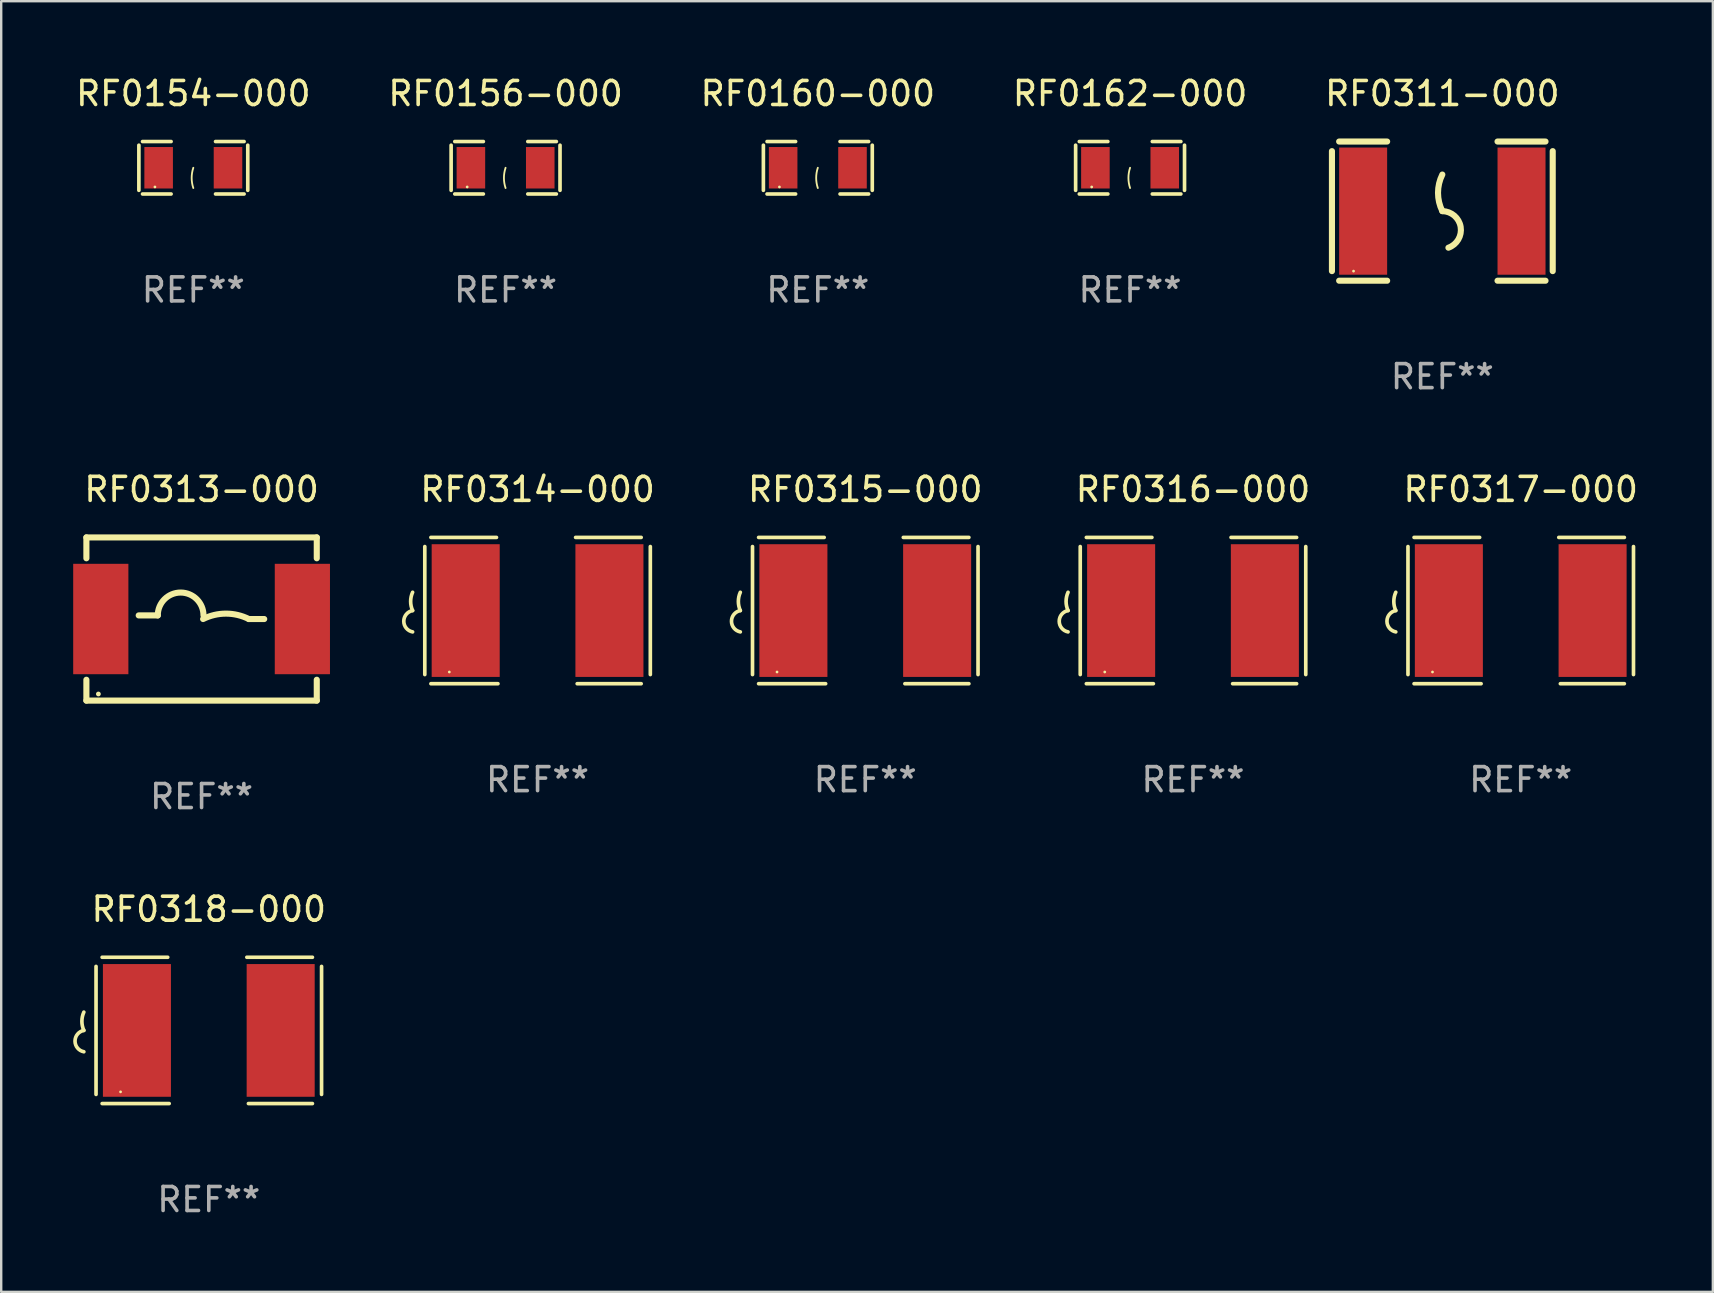
<source format=kicad_pcb>
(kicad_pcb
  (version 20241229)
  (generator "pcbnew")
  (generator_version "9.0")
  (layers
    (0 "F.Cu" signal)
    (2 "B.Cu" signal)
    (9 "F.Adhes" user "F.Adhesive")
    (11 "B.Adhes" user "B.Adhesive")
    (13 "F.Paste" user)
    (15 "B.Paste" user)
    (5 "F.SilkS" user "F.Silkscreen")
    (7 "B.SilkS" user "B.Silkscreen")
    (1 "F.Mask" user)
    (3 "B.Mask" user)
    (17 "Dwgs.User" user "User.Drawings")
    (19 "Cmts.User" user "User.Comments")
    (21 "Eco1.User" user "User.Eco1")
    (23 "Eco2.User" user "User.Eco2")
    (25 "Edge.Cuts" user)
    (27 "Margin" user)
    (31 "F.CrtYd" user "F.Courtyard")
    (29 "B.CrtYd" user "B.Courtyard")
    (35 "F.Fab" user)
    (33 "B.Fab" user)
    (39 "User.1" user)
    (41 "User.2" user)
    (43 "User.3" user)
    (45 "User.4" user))
  (footprint "RF0313-000"
    (layer "F.Cu")
    (at 5.35 22.745)
    (property "Reference" "RF0313-000" (at 0 -5.4 0) (layer "F.SilkS") (effects (font (size 1 1) (thickness 0.15))))
    (attr through_hole)
    (fp_line (start -4.8 -3.4) (end -4.8 -2.531) (stroke (width 0.254) (type solid)) (layer "F.SilkS"))
    (fp_line (start -4.8 -3.4) (end 4.8 -3.4) (stroke (width 0.254) (type solid)) (layer "F.SilkS"))
    (fp_line (start -4.8 2.531) (end -4.8 3.4) (stroke (width 0.254) (type solid)) (layer "F.SilkS"))
    (fp_line (start -4.8 3.4) (end 4.8 3.4) (stroke (width 0.254) (type solid)) (layer "F.SilkS"))
    (fp_line (start -1.825 -0.15) (end -2.62 -0.15) (stroke (width 0.254) (type solid)) (layer "F.SilkS"))
    (fp_line (start 1.969 0.001) (end 2.61 0.001) (stroke (width 0.254) (type solid)) (layer "F.SilkS"))
    (fp_line (start 4.8 -3.4) (end 4.8 -2.531) (stroke (width 0.254) (type solid)) (layer "F.SilkS"))
    (fp_line (start 4.8 2.531) (end 4.8 3.4) (stroke (width 0.254) (type solid)) (layer "F.SilkS"))
    (fp_arc (start -1.824994 -0.149987) (mid -0.872492 -1.102489) (end 0.08001 -0.149987) (stroke (width 0.254001) (type solid)) (layer "F.SilkS"))
    (fp_arc (start 0.0635 0.000508) (mid 1.016002 -0.224347) (end 1.968504 0.000508) (stroke (width 0.254001) (type solid)) (layer "F.SilkS"))
    (fp_circle (center -4.3 3.125) (end -4.25 3.125) (stroke (width 0.1) (type solid)) (fill no) (layer "F.SilkS"))
    (fp_text user "REF**" (at 0 7.4 0) (layer "F.Fab") (effects (font (size 1 1) (thickness 0.15))))
    (pad "1" smd rect (at -4.2 0.000025) (size 2.3 4.6) (layers "F.Cu" "F.Mask" "F.Paste"))
    (pad "2" smd rect (at 4.2 0.000025) (size 2.3 4.6) (layers "F.Cu" "F.Mask" "F.Paste")))
  (footprint "RF0154-000"
    (layer "F.Cu")
    (at 5.006 3.941)
    (property "Reference" "RF0154-000" (at 0 -3.093 0) (layer "F.SilkS") (effects (font (size 1 1) (thickness 0.15))))
    (attr through_hole)
    (fp_line (start -2.269 -0.94) (end -2.269 0.94) (stroke (width 0.152) (type solid)) (layer "F.SilkS"))
    (fp_line (start -2.116 1.093) (end -0.926 1.093) (stroke (width 0.152) (type solid)) (layer "F.SilkS"))
    (fp_line (start -0.926 -1.093) (end -2.116 -1.093) (stroke (width 0.152) (type solid)) (layer "F.SilkS"))
    (fp_line (start 0.926 -1.093) (end 2.116 -1.093) (stroke (width 0.152) (type solid)) (layer "F.SilkS"))
    (fp_line (start 2.116 1.093) (end 0.926 1.093) (stroke (width 0.152) (type solid)) (layer "F.SilkS"))
    (fp_line (start 2.269 -0.94) (end 2.269 0.94) (stroke (width 0.152) (type solid)) (layer "F.SilkS"))
    (fp_arc (start 0 0.844951) (mid -0.068559 0.422475) (end 0 0) (stroke (width 0.0762) (type solid)) (layer "F.SilkS"))
    (fp_circle (center -1.6 0.8) (end -1.57 0.8) (stroke (width 0.06) (type solid)) (fill no) (layer "F.SilkS"))
    (fp_text user "REF**" (at 0 5.093 0) (layer "F.Fab") (effects (font (size 1 1) (thickness 0.15))))
    (pad "1" smd rect (at -1.445 0) (size 1.19 1.728) (layers "F.Cu" "F.Mask" "F.Paste"))
    (pad "2" smd rect (at 1.445 0) (size 1.19 1.728) (layers "F.Cu" "F.Mask" "F.Paste")))
  (footprint "RF0311-000"
    (layer "F.Cu")
    (at 57.054 5.748)
    (property "Reference" "RF0311-000" (at 0 -4.9 0) (layer "F.SilkS") (effects (font (size 1 1) (thickness 0.15))))
    (attr through_hole)
    (fp_line (start -4.6 -2.5) (end -4.6 2.5) (stroke (width 0.254) (type solid)) (layer "F.SilkS"))
    (fp_line (start -4.3 -2.9) (end -2.3 -2.9) (stroke (width 0.254) (type solid)) (layer "F.SilkS"))
    (fp_line (start -4.3 2.9) (end -2.3 2.9) (stroke (width 0.254) (type solid)) (layer "F.SilkS"))
    (fp_line (start 2.3 -2.9) (end 4.3 -2.9) (stroke (width 0.254) (type solid)) (layer "F.SilkS"))
    (fp_line (start 2.3 2.9) (end 4.3 2.9) (stroke (width 0.254) (type solid)) (layer "F.SilkS"))
    (fp_line (start 4.6 -2.5) (end 4.6 2.5) (stroke (width 0.254) (type solid)) (layer "F.SilkS"))
    (fp_arc (start 0 0) (mid -0.179884 -0.762002) (end 0 -1.524003) (stroke (width 0.254001) (type solid)) (layer "F.SilkS"))
    (fp_arc (start 0 0) (mid 0.763086 0.655987) (end 0.254001 1.524003) (stroke (width 0.254001) (type solid)) (layer "F.SilkS"))
    (fp_circle (center -3.7 2.5) (end -3.67 2.5) (stroke (width 0.06) (type solid)) (fill no) (layer "F.SilkS"))
    (fp_text user "REF**" (at 0 6.9 0) (layer "F.Fab") (effects (font (size 1 1) (thickness 0.15))))
    (pad "1" smd rect (at -3.3 0) (size 2 5.3) (layers "F.Cu" "F.Mask" "F.Paste"))
    (pad "2" smd rect (at 3.3 0) (size 2 5.3) (layers "F.Cu" "F.Mask" "F.Paste")))
  (footprint "RF0156-000"
    (layer "F.Cu")
    (at 18.018 3.941)
    (property "Reference" "RF0156-000" (at 0 -3.093 0) (layer "F.SilkS") (effects (font (size 1 1) (thickness 0.15))))
    (attr through_hole)
    (fp_line (start -2.269 -0.94) (end -2.269 0.94) (stroke (width 0.152) (type solid)) (layer "F.SilkS"))
    (fp_line (start -2.116 1.093) (end -0.926 1.093) (stroke (width 0.152) (type solid)) (layer "F.SilkS"))
    (fp_line (start -0.926 -1.093) (end -2.116 -1.093) (stroke (width 0.152) (type solid)) (layer "F.SilkS"))
    (fp_line (start 0.926 -1.093) (end 2.116 -1.093) (stroke (width 0.152) (type solid)) (layer "F.SilkS"))
    (fp_line (start 2.116 1.093) (end 0.926 1.093) (stroke (width 0.152) (type solid)) (layer "F.SilkS"))
    (fp_line (start 2.269 -0.94) (end 2.269 0.94) (stroke (width 0.152) (type solid)) (layer "F.SilkS"))
    (fp_arc (start 0 0.844951) (mid -0.068559 0.422475) (end 0 0) (stroke (width 0.0762) (type solid)) (layer "F.SilkS"))
    (fp_circle (center -1.6 0.8) (end -1.57 0.8) (stroke (width 0.06) (type solid)) (fill no) (layer "F.SilkS"))
    (fp_text user "REF**" (at 0 5.093 0) (layer "F.Fab") (effects (font (size 1 1) (thickness 0.15))))
    (pad "1" smd rect (at -1.445 0) (size 1.19 1.728) (layers "F.Cu" "F.Mask" "F.Paste"))
    (pad "2" smd rect (at 1.445 0) (size 1.19 1.728) (layers "F.Cu" "F.Mask" "F.Paste")))
  (footprint "RF0316-000"
    (layer "F.Cu")
    (at 46.664 22.393)
    (property "Reference" "RF0316-000" (at 0 -5.048 0) (layer "F.SilkS") (effects (font (size 1 1) (thickness 0.15))))
    (attr through_hole)
    (fp_line (start -4.699 -2.667) (end -4.699 2.667) (stroke (width 0.152) (type solid)) (layer "F.SilkS"))
    (fp_line (start -4.445 -3.048) (end -1.712 -3.048) (stroke (width 0.152) (type solid)) (layer "F.SilkS"))
    (fp_line (start -1.651 3.048) (end -4.445 3.048) (stroke (width 0.152) (type solid)) (layer "F.SilkS"))
    (fp_line (start 1.651 3.048) (end 4.318 3.048) (stroke (width 0.152) (type solid)) (layer "F.SilkS"))
    (fp_line (start 4.318 -3.048) (end 1.585 -3.048) (stroke (width 0.152) (type solid)) (layer "F.SilkS"))
    (fp_line (start 4.699 -2.667) (end 4.699 2.667) (stroke (width 0.152) (type solid)) (layer "F.SilkS"))
    (fp_arc (start -5.20701 0) (mid -5.288646 -0.381001) (end -5.20701 -0.762002) (stroke (width 0.151994) (type solid)) (layer "F.SilkS"))
    (fp_arc (start -5.20701 0.889002) (mid -5.574698 0.444501) (end -5.20701 0) (stroke (width 0.151994) (type solid)) (layer "F.SilkS"))
    (fp_circle (center -3.677 2.56) (end -3.647 2.56) (stroke (width 0.06) (type solid)) (fill no) (layer "F.SilkS"))
    (fp_text user "REF**" (at 0 7.048 0) (layer "F.Fab") (effects (font (size 1 1) (thickness 0.15))))
    (pad "1" smd rect (at -2.995 0) (size 2.835 5.53) (layers "F.Cu" "F.Mask" "F.Paste"))
    (pad "2" smd rect (at 2.995 0) (size 2.835 5.53) (layers "F.Cu" "F.Mask" "F.Paste")))
  (footprint "RF0318-000"
    (layer "F.Cu")
    (at 5.651 39.889)
    (property "Reference" "RF0318-000" (at 0 -5.048 0) (layer "F.SilkS") (effects (font (size 1 1) (thickness 0.15))))
    (attr through_hole)
    (fp_line (start -4.699 -2.667) (end -4.699 2.667) (stroke (width 0.152) (type solid)) (layer "F.SilkS"))
    (fp_line (start -4.445 -3.048) (end -1.712 -3.048) (stroke (width 0.152) (type solid)) (layer "F.SilkS"))
    (fp_line (start -1.651 3.048) (end -4.445 3.048) (stroke (width 0.152) (type solid)) (layer "F.SilkS"))
    (fp_line (start 1.651 3.048) (end 4.318 3.048) (stroke (width 0.152) (type solid)) (layer "F.SilkS"))
    (fp_line (start 4.318 -3.048) (end 1.585 -3.048) (stroke (width 0.152) (type solid)) (layer "F.SilkS"))
    (fp_line (start 4.699 -2.667) (end 4.699 2.667) (stroke (width 0.152) (type solid)) (layer "F.SilkS"))
    (fp_arc (start -5.20701 0) (mid -5.288646 -0.381001) (end -5.20701 -0.762002) (stroke (width 0.151994) (type solid)) (layer "F.SilkS"))
    (fp_arc (start -5.20701 0.889002) (mid -5.574698 0.444501) (end -5.20701 0) (stroke (width 0.151994) (type solid)) (layer "F.SilkS"))
    (fp_circle (center -3.677 2.56) (end -3.647 2.56) (stroke (width 0.06) (type solid)) (fill no) (layer "F.SilkS"))
    (fp_text user "REF**" (at 0 7.048 0) (layer "F.Fab") (effects (font (size 1 1) (thickness 0.15))))
    (pad "1" smd rect (at -2.995 0) (size 2.835 5.53) (layers "F.Cu" "F.Mask" "F.Paste"))
    (pad "2" smd rect (at 2.995 0) (size 2.835 5.53) (layers "F.Cu" "F.Mask" "F.Paste")))
  (footprint "RF0315-000"
    (layer "F.Cu")
    (at 33.007 22.393)
    (property "Reference" "RF0315-000" (at 0 -5.048 0) (layer "F.SilkS") (effects (font (size 1 1) (thickness 0.15))))
    (attr through_hole)
    (fp_line (start -4.699 -2.667) (end -4.699 2.667) (stroke (width 0.152) (type solid)) (layer "F.SilkS"))
    (fp_line (start -4.445 -3.048) (end -1.712 -3.048) (stroke (width 0.152) (type solid)) (layer "F.SilkS"))
    (fp_line (start -1.651 3.048) (end -4.445 3.048) (stroke (width 0.152) (type solid)) (layer "F.SilkS"))
    (fp_line (start 1.651 3.048) (end 4.318 3.048) (stroke (width 0.152) (type solid)) (layer "F.SilkS"))
    (fp_line (start 4.318 -3.048) (end 1.585 -3.048) (stroke (width 0.152) (type solid)) (layer "F.SilkS"))
    (fp_line (start 4.699 -2.667) (end 4.699 2.667) (stroke (width 0.152) (type solid)) (layer "F.SilkS"))
    (fp_arc (start -5.20701 0) (mid -5.288646 -0.381001) (end -5.20701 -0.762002) (stroke (width 0.151994) (type solid)) (layer "F.SilkS"))
    (fp_arc (start -5.20701 0.889002) (mid -5.574698 0.444501) (end -5.20701 0) (stroke (width 0.151994) (type solid)) (layer "F.SilkS"))
    (fp_circle (center -3.677 2.56) (end -3.647 2.56) (stroke (width 0.06) (type solid)) (fill no) (layer "F.SilkS"))
    (fp_text user "REF**" (at 0 7.048 0) (layer "F.Fab") (effects (font (size 1 1) (thickness 0.15))))
    (pad "1" smd rect (at -2.995 0) (size 2.835 5.53) (layers "F.Cu" "F.Mask" "F.Paste"))
    (pad "2" smd rect (at 2.995 0) (size 2.835 5.53) (layers "F.Cu" "F.Mask" "F.Paste")))
  (footprint "RF0162-000"
    (layer "F.Cu")
    (at 44.042 3.941)
    (property "Reference" "RF0162-000" (at 0 -3.093 0) (layer "F.SilkS") (effects (font (size 1 1) (thickness 0.15))))
    (attr through_hole)
    (fp_line (start -2.269 -0.94) (end -2.269 0.94) (stroke (width 0.152) (type solid)) (layer "F.SilkS"))
    (fp_line (start -2.116 1.093) (end -0.926 1.093) (stroke (width 0.152) (type solid)) (layer "F.SilkS"))
    (fp_line (start -0.926 -1.093) (end -2.116 -1.093) (stroke (width 0.152) (type solid)) (layer "F.SilkS"))
    (fp_line (start 0.926 -1.093) (end 2.116 -1.093) (stroke (width 0.152) (type solid)) (layer "F.SilkS"))
    (fp_line (start 2.116 1.093) (end 0.926 1.093) (stroke (width 0.152) (type solid)) (layer "F.SilkS"))
    (fp_line (start 2.269 -0.94) (end 2.269 0.94) (stroke (width 0.152) (type solid)) (layer "F.SilkS"))
    (fp_arc (start 0 0.844951) (mid -0.068559 0.422475) (end 0 0) (stroke (width 0.0762) (type solid)) (layer "F.SilkS"))
    (fp_circle (center -1.6 0.8) (end -1.57 0.8) (stroke (width 0.06) (type solid)) (fill no) (layer "F.SilkS"))
    (fp_text user "REF**" (at 0 5.093 0) (layer "F.Fab") (effects (font (size 1 1) (thickness 0.15))))
    (pad "1" smd rect (at -1.445 0) (size 1.19 1.728) (layers "F.Cu" "F.Mask" "F.Paste"))
    (pad "2" smd rect (at 1.445 0) (size 1.19 1.728) (layers "F.Cu" "F.Mask" "F.Paste")))
  (footprint "RF0314-000"
    (layer "F.Cu")
    (at 19.351 22.393)
    (property "Reference" "RF0314-000" (at 0 -5.048 0) (layer "F.SilkS") (effects (font (size 1 1) (thickness 0.15))))
    (attr through_hole)
    (fp_line (start -4.699 -2.667) (end -4.699 2.667) (stroke (width 0.152) (type solid)) (layer "F.SilkS"))
    (fp_line (start -4.445 -3.048) (end -1.712 -3.048) (stroke (width 0.152) (type solid)) (layer "F.SilkS"))
    (fp_line (start -1.651 3.048) (end -4.445 3.048) (stroke (width 0.152) (type solid)) (layer "F.SilkS"))
    (fp_line (start 1.651 3.048) (end 4.318 3.048) (stroke (width 0.152) (type solid)) (layer "F.SilkS"))
    (fp_line (start 4.318 -3.048) (end 1.585 -3.048) (stroke (width 0.152) (type solid)) (layer "F.SilkS"))
    (fp_line (start 4.699 -2.667) (end 4.699 2.667) (stroke (width 0.152) (type solid)) (layer "F.SilkS"))
    (fp_arc (start -5.20701 0) (mid -5.288646 -0.381001) (end -5.20701 -0.762002) (stroke (width 0.151994) (type solid)) (layer "F.SilkS"))
    (fp_arc (start -5.20701 0.889002) (mid -5.574698 0.444501) (end -5.20701 0) (stroke (width 0.151994) (type solid)) (layer "F.SilkS"))
    (fp_circle (center -3.677 2.56) (end -3.647 2.56) (stroke (width 0.06) (type solid)) (fill no) (layer "F.SilkS"))
    (fp_text user "REF**" (at 0 7.048 0) (layer "F.Fab") (effects (font (size 1 1) (thickness 0.15))))
    (pad "1" smd rect (at -2.995 0) (size 2.835 5.53) (layers "F.Cu" "F.Mask" "F.Paste"))
    (pad "2" smd rect (at 2.995 0) (size 2.835 5.53) (layers "F.Cu" "F.Mask" "F.Paste")))
  (footprint "RF0317-000"
    (layer "F.Cu")
    (at 60.321 22.393)
    (property "Reference" "RF0317-000" (at 0 -5.048 0) (layer "F.SilkS") (effects (font (size 1 1) (thickness 0.15))))
    (attr through_hole)
    (fp_line (start -4.699 -2.667) (end -4.699 2.667) (stroke (width 0.152) (type solid)) (layer "F.SilkS"))
    (fp_line (start -4.445 -3.048) (end -1.712 -3.048) (stroke (width 0.152) (type solid)) (layer "F.SilkS"))
    (fp_line (start -1.651 3.048) (end -4.445 3.048) (stroke (width 0.152) (type solid)) (layer "F.SilkS"))
    (fp_line (start 1.651 3.048) (end 4.318 3.048) (stroke (width 0.152) (type solid)) (layer "F.SilkS"))
    (fp_line (start 4.318 -3.048) (end 1.585 -3.048) (stroke (width 0.152) (type solid)) (layer "F.SilkS"))
    (fp_line (start 4.699 -2.667) (end 4.699 2.667) (stroke (width 0.152) (type solid)) (layer "F.SilkS"))
    (fp_arc (start -5.20701 0) (mid -5.288646 -0.381001) (end -5.20701 -0.762002) (stroke (width 0.151994) (type solid)) (layer "F.SilkS"))
    (fp_arc (start -5.20701 0.889002) (mid -5.574698 0.444501) (end -5.20701 0) (stroke (width 0.151994) (type solid)) (layer "F.SilkS"))
    (fp_circle (center -3.677 2.56) (end -3.647 2.56) (stroke (width 0.06) (type solid)) (fill no) (layer "F.SilkS"))
    (fp_text user "REF**" (at 0 7.048 0) (layer "F.Fab") (effects (font (size 1 1) (thickness 0.15))))
    (pad "1" smd rect (at -2.995 0) (size 2.835 5.53) (layers "F.Cu" "F.Mask" "F.Paste"))
    (pad "2" smd rect (at 2.995 0) (size 2.835 5.53) (layers "F.Cu" "F.Mask" "F.Paste")))
  (footprint "RF0160-000"
    (layer "F.Cu")
    (at 31.03 3.941)
    (property "Reference" "RF0160-000" (at 0 -3.093 0) (layer "F.SilkS") (effects (font (size 1 1) (thickness 0.15))))
    (attr through_hole)
    (fp_line (start -2.269 -0.94) (end -2.269 0.94) (stroke (width 0.152) (type solid)) (layer "F.SilkS"))
    (fp_line (start -2.116 1.093) (end -0.926 1.093) (stroke (width 0.152) (type solid)) (layer "F.SilkS"))
    (fp_line (start -0.926 -1.093) (end -2.116 -1.093) (stroke (width 0.152) (type solid)) (layer "F.SilkS"))
    (fp_line (start 0.926 -1.093) (end 2.116 -1.093) (stroke (width 0.152) (type solid)) (layer "F.SilkS"))
    (fp_line (start 2.116 1.093) (end 0.926 1.093) (stroke (width 0.152) (type solid)) (layer "F.SilkS"))
    (fp_line (start 2.269 -0.94) (end 2.269 0.94) (stroke (width 0.152) (type solid)) (layer "F.SilkS"))
    (fp_arc (start 0 0.844951) (mid -0.068559 0.422475) (end 0 0) (stroke (width 0.0762) (type solid)) (layer "F.SilkS"))
    (fp_circle (center -1.6 0.8) (end -1.57 0.8) (stroke (width 0.06) (type solid)) (fill no) (layer "F.SilkS"))
    (fp_text user "REF**" (at 0 5.093 0) (layer "F.Fab") (effects (font (size 1 1) (thickness 0.15))))
    (pad "1" smd rect (at -1.445 0) (size 1.19 1.728) (layers "F.Cu" "F.Mask" "F.Paste"))
    (pad "2" smd rect (at 1.445 0) (size 1.19 1.728) (layers "F.Cu" "F.Mask" "F.Paste")))
  (gr_rect
    (start -3 -3)
    (end 68.327 50.785)
    (stroke (width 0.1) (type default))
    (fill no)
    (layer "Edge.Cuts")))
</source>
